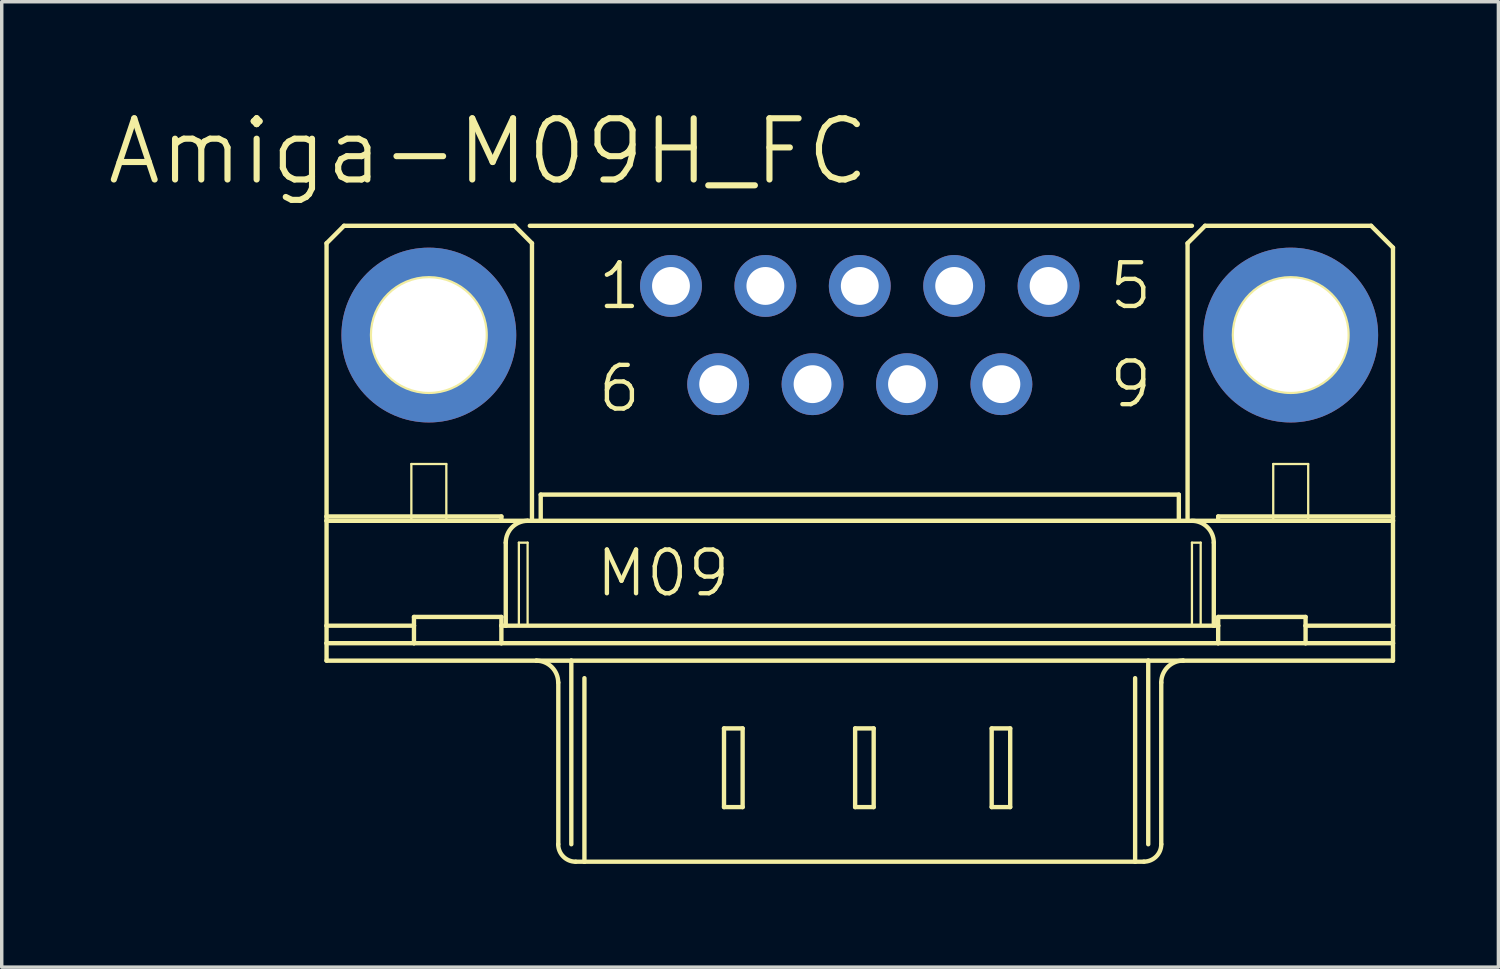
<source format=kicad_pcb>
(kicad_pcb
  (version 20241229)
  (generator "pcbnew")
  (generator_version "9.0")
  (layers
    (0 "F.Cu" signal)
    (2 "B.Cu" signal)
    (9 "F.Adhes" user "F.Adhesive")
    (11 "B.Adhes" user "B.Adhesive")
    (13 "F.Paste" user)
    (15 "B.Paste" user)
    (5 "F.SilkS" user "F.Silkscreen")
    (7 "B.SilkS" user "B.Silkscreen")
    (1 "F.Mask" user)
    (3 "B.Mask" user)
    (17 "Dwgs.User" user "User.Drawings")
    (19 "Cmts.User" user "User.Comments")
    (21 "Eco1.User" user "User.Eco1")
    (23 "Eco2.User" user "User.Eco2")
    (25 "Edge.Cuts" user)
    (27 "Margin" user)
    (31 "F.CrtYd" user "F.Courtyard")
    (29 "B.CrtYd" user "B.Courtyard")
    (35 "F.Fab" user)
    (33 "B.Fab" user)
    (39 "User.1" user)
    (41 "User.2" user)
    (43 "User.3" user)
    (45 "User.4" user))
  (footprint "Amiga-M09H_FC"
    (layer "F.Cu")
    (at 21.933 6.686)
    (property "Reference" "Amiga-M09H_FC" (at -10.795 -5.334 0) (layer "F.SilkS") (effects (font (size 1.778 1.778) (thickness 0.178))))
    (attr exclude_from_pos_files exclude_from_bom)
    (fp_line (start -15.494 -2.667) (end -15.494 5.271) (stroke (width 0.127) (type solid)) (layer "F.SilkS"))
    (fp_line (start -15.494 5.397) (end -15.494 5.271) (stroke (width 0.127) (type solid)) (layer "F.SilkS"))
    (fp_line (start -15.494 8.445) (end -15.494 5.397) (stroke (width 0.127) (type solid)) (layer "F.SilkS"))
    (fp_line (start -15.494 8.954) (end -15.494 8.445) (stroke (width 0.127) (type solid)) (layer "F.SilkS"))
    (fp_line (start -15.494 8.954) (end 15.494 8.954) (stroke (width 0.066) (type solid)) (layer "F.SilkS"))
    (fp_line (start -15.494 9.461) (end -15.494 8.954) (stroke (width 0.066) (type solid)) (layer "F.SilkS"))
    (fp_line (start -15.494 9.461) (end -15.494 8.954) (stroke (width 0.127) (type solid)) (layer "F.SilkS"))
    (fp_line (start -15.494 9.461) (end 15.494 9.461) (stroke (width 0.066) (type solid)) (layer "F.SilkS"))
    (fp_line (start -14.986 -3.175) (end -15.494 -2.667) (stroke (width 0.127) (type solid)) (layer "F.SilkS"))
    (fp_line (start -13.03 3.747) (end -12.014 3.747) (stroke (width 0.066) (type solid)) (layer "F.SilkS"))
    (fp_line (start -13.03 5.397) (end -13.03 3.747) (stroke (width 0.066) (type solid)) (layer "F.SilkS"))
    (fp_line (start -13.03 5.397) (end -12.014 5.397) (stroke (width 0.066) (type solid)) (layer "F.SilkS"))
    (fp_line (start -12.954 8.445) (end -15.494 8.445) (stroke (width 0.127) (type solid)) (layer "F.SilkS"))
    (fp_line (start -12.954 8.445) (end -12.954 8.191) (stroke (width 0.127) (type solid)) (layer "F.SilkS"))
    (fp_line (start -12.954 8.445) (end -12.954 8.954) (stroke (width 0.127) (type solid)) (layer "F.SilkS"))
    (fp_line (start -12.954 8.954) (end -15.494 8.954) (stroke (width 0.127) (type solid)) (layer "F.SilkS"))
    (fp_line (start -12.014 5.397) (end -12.014 3.747) (stroke (width 0.066) (type solid)) (layer "F.SilkS"))
    (fp_line (start -10.414 5.271) (end -15.494 5.271) (stroke (width 0.127) (type solid)) (layer "F.SilkS"))
    (fp_line (start -10.414 5.271) (end -10.414 5.397) (stroke (width 0.127) (type solid)) (layer "F.SilkS"))
    (fp_line (start -10.414 5.397) (end -15.494 5.397) (stroke (width 0.127) (type solid)) (layer "F.SilkS"))
    (fp_line (start -10.414 8.191) (end -12.954 8.191) (stroke (width 0.127) (type solid)) (layer "F.SilkS"))
    (fp_line (start -10.414 8.191) (end -10.414 8.445) (stroke (width 0.127) (type solid)) (layer "F.SilkS"))
    (fp_line (start -10.414 8.445) (end -10.414 8.954) (stroke (width 0.127) (type solid)) (layer "F.SilkS"))
    (fp_line (start -10.414 8.954) (end -12.954 8.954) (stroke (width 0.127) (type solid)) (layer "F.SilkS"))
    (fp_line (start -10.287 6.032) (end -10.287 8.445) (stroke (width 0.127) (type solid)) (layer "F.SilkS"))
    (fp_line (start -10.287 8.445) (end -10.414 8.445) (stroke (width 0.127) (type solid)) (layer "F.SilkS"))
    (fp_line (start -10.033 -3.175) (end -14.986 -3.175) (stroke (width 0.127) (type solid)) (layer "F.SilkS"))
    (fp_line (start -9.906 6.032) (end -9.652 6.032) (stroke (width 0.066) (type solid)) (layer "F.SilkS"))
    (fp_line (start -9.906 8.445) (end -9.906 6.032) (stroke (width 0.066) (type solid)) (layer "F.SilkS"))
    (fp_line (start -9.906 8.445) (end -9.652 8.445) (stroke (width 0.066) (type solid)) (layer "F.SilkS"))
    (fp_line (start -9.652 5.397) (end -10.414 5.397) (stroke (width 0.127) (type solid)) (layer "F.SilkS"))
    (fp_line (start -9.652 8.445) (end -9.652 6.032) (stroke (width 0.066) (type solid)) (layer "F.SilkS"))
    (fp_line (start -9.525 -2.667) (end -10.033 -3.175) (stroke (width 0.127) (type solid)) (layer "F.SilkS"))
    (fp_line (start -9.525 -2.667) (end -9.525 5.397) (stroke (width 0.127) (type solid)) (layer "F.SilkS"))
    (fp_line (start -9.525 5.397) (end -9.652 5.397) (stroke (width 0.127) (type solid)) (layer "F.SilkS"))
    (fp_line (start -9.398 9.461) (end -15.494 9.461) (stroke (width 0.127) (type solid)) (layer "F.SilkS"))
    (fp_line (start -9.271 4.636) (end 9.271 4.636) (stroke (width 0.066) (type solid)) (layer "F.SilkS"))
    (fp_line (start -9.271 5.397) (end -9.525 5.397) (stroke (width 0.127) (type solid)) (layer "F.SilkS"))
    (fp_line (start -9.271 5.397) (end -9.271 4.636) (stroke (width 0.066) (type solid)) (layer "F.SilkS"))
    (fp_line (start -9.271 5.397) (end -9.271 4.636) (stroke (width 0.127) (type solid)) (layer "F.SilkS"))
    (fp_line (start -9.271 5.397) (end 9.271 5.397) (stroke (width 0.066) (type solid)) (layer "F.SilkS"))
    (fp_line (start -8.76 10.097) (end -8.76 14.796) (stroke (width 0.127) (type solid)) (layer "F.SilkS"))
    (fp_line (start -8.382 9.461) (end -9.398 9.461) (stroke (width 0.127) (type solid)) (layer "F.SilkS"))
    (fp_line (start -8.382 9.461) (end -8.382 14.796) (stroke (width 0.127) (type solid)) (layer "F.SilkS"))
    (fp_line (start -8.001 9.97) (end -8.001 15.303) (stroke (width 0.127) (type solid)) (layer "F.SilkS"))
    (fp_line (start -8.001 15.303) (end -8.255 15.303) (stroke (width 0.127) (type solid)) (layer "F.SilkS"))
    (fp_line (start -3.945 11.43) (end -3.404 11.43) (stroke (width 0.127) (type solid)) (layer "F.SilkS"))
    (fp_line (start -3.945 13.716) (end -3.945 11.43) (stroke (width 0.127) (type solid)) (layer "F.SilkS"))
    (fp_line (start -3.404 11.43) (end -3.404 13.716) (stroke (width 0.127) (type solid)) (layer "F.SilkS"))
    (fp_line (start -3.404 13.716) (end -3.945 13.716) (stroke (width 0.127) (type solid)) (layer "F.SilkS"))
    (fp_line (start -0.135 11.43) (end 0.404 11.43) (stroke (width 0.127) (type solid)) (layer "F.SilkS"))
    (fp_line (start -0.135 13.716) (end -0.135 11.43) (stroke (width 0.127) (type solid)) (layer "F.SilkS"))
    (fp_line (start 0.404 11.43) (end 0.404 13.716) (stroke (width 0.127) (type solid)) (layer "F.SilkS"))
    (fp_line (start 0.404 13.716) (end -0.135 13.716) (stroke (width 0.127) (type solid)) (layer "F.SilkS"))
    (fp_line (start 3.833 11.43) (end 4.371 11.43) (stroke (width 0.127) (type solid)) (layer "F.SilkS"))
    (fp_line (start 3.833 13.716) (end 3.833 11.43) (stroke (width 0.127) (type solid)) (layer "F.SilkS"))
    (fp_line (start 4.371 11.43) (end 4.371 13.716) (stroke (width 0.127) (type solid)) (layer "F.SilkS"))
    (fp_line (start 4.371 13.716) (end 3.833 13.716) (stroke (width 0.127) (type solid)) (layer "F.SilkS"))
    (fp_line (start 8.001 9.97) (end 8.001 15.303) (stroke (width 0.127) (type solid)) (layer "F.SilkS"))
    (fp_line (start 8.001 15.303) (end -8.001 15.303) (stroke (width 0.127) (type solid)) (layer "F.SilkS"))
    (fp_line (start 8.255 15.303) (end 8.001 15.303) (stroke (width 0.127) (type solid)) (layer "F.SilkS"))
    (fp_line (start 8.382 9.461) (end -8.382 9.461) (stroke (width 0.127) (type solid)) (layer "F.SilkS"))
    (fp_line (start 8.382 9.461) (end 8.382 14.796) (stroke (width 0.127) (type solid)) (layer "F.SilkS"))
    (fp_line (start 8.76 10.097) (end 8.76 14.796) (stroke (width 0.127) (type solid)) (layer "F.SilkS"))
    (fp_line (start 9.271 4.636) (end -9.271 4.636) (stroke (width 0.127) (type solid)) (layer "F.SilkS"))
    (fp_line (start 9.271 5.397) (end -9.271 5.397) (stroke (width 0.127) (type solid)) (layer "F.SilkS"))
    (fp_line (start 9.271 5.397) (end 9.271 4.636) (stroke (width 0.066) (type solid)) (layer "F.SilkS"))
    (fp_line (start 9.271 5.397) (end 9.271 4.636) (stroke (width 0.127) (type solid)) (layer "F.SilkS"))
    (fp_line (start 9.398 9.461) (end 8.382 9.461) (stroke (width 0.127) (type solid)) (layer "F.SilkS"))
    (fp_line (start 9.525 -2.667) (end 9.525 5.397) (stroke (width 0.127) (type solid)) (layer "F.SilkS"))
    (fp_line (start 9.525 5.397) (end 9.271 5.397) (stroke (width 0.127) (type solid)) (layer "F.SilkS"))
    (fp_line (start 9.652 -3.175) (end -9.588 -3.175) (stroke (width 0.127) (type solid)) (layer "F.SilkS"))
    (fp_line (start 9.652 6.032) (end 9.906 6.032) (stroke (width 0.066) (type solid)) (layer "F.SilkS"))
    (fp_line (start 9.652 8.445) (end 9.652 6.032) (stroke (width 0.066) (type solid)) (layer "F.SilkS"))
    (fp_line (start 9.652 8.445) (end 9.906 8.445) (stroke (width 0.066) (type solid)) (layer "F.SilkS"))
    (fp_line (start 9.906 8.445) (end 9.906 6.032) (stroke (width 0.066) (type solid)) (layer "F.SilkS"))
    (fp_line (start 10.033 -3.175) (end 9.525 -2.667) (stroke (width 0.127) (type solid)) (layer "F.SilkS"))
    (fp_line (start 10.033 -3.175) (end 14.859 -3.175) (stroke (width 0.127) (type solid)) (layer "F.SilkS"))
    (fp_line (start 10.287 6.032) (end 10.287 8.445) (stroke (width 0.127) (type solid)) (layer "F.SilkS"))
    (fp_line (start 10.287 8.445) (end -10.287 8.445) (stroke (width 0.127) (type solid)) (layer "F.SilkS"))
    (fp_line (start 10.414 5.271) (end 10.414 5.397) (stroke (width 0.127) (type solid)) (layer "F.SilkS"))
    (fp_line (start 10.414 5.397) (end 9.525 5.397) (stroke (width 0.127) (type solid)) (layer "F.SilkS"))
    (fp_line (start 10.414 8.191) (end 10.414 8.445) (stroke (width 0.127) (type solid)) (layer "F.SilkS"))
    (fp_line (start 10.414 8.445) (end 10.287 8.445) (stroke (width 0.127) (type solid)) (layer "F.SilkS"))
    (fp_line (start 10.414 8.445) (end 10.414 8.954) (stroke (width 0.127) (type solid)) (layer "F.SilkS"))
    (fp_line (start 10.414 8.954) (end -10.414 8.954) (stroke (width 0.127) (type solid)) (layer "F.SilkS"))
    (fp_line (start 12.014 3.747) (end 13.03 3.747) (stroke (width 0.066) (type solid)) (layer "F.SilkS"))
    (fp_line (start 12.014 5.397) (end 12.014 3.747) (stroke (width 0.066) (type solid)) (layer "F.SilkS"))
    (fp_line (start 12.014 5.397) (end 13.03 5.397) (stroke (width 0.066) (type solid)) (layer "F.SilkS"))
    (fp_line (start 12.954 8.191) (end 10.414 8.191) (stroke (width 0.127) (type solid)) (layer "F.SilkS"))
    (fp_line (start 12.954 8.445) (end 12.954 8.191) (stroke (width 0.127) (type solid)) (layer "F.SilkS"))
    (fp_line (start 12.954 8.445) (end 12.954 8.954) (stroke (width 0.127) (type solid)) (layer "F.SilkS"))
    (fp_line (start 12.954 8.954) (end 10.414 8.954) (stroke (width 0.127) (type solid)) (layer "F.SilkS"))
    (fp_line (start 13.03 5.397) (end 13.03 3.747) (stroke (width 0.066) (type solid)) (layer "F.SilkS"))
    (fp_line (start 14.859 -3.175) (end 15.494 -2.54) (stroke (width 0.127) (type solid)) (layer "F.SilkS"))
    (fp_line (start 15.494 -2.54) (end 15.494 5.271) (stroke (width 0.127) (type solid)) (layer "F.SilkS"))
    (fp_line (start 15.494 5.271) (end 10.414 5.271) (stroke (width 0.127) (type solid)) (layer "F.SilkS"))
    (fp_line (start 15.494 5.397) (end 10.414 5.397) (stroke (width 0.127) (type solid)) (layer "F.SilkS"))
    (fp_line (start 15.494 5.397) (end 15.494 5.271) (stroke (width 0.127) (type solid)) (layer "F.SilkS"))
    (fp_line (start 15.494 5.397) (end 15.494 8.445) (stroke (width 0.127) (type solid)) (layer "F.SilkS"))
    (fp_line (start 15.494 8.445) (end 12.954 8.445) (stroke (width 0.127) (type solid)) (layer "F.SilkS"))
    (fp_line (start 15.494 8.445) (end 15.494 8.954) (stroke (width 0.127) (type solid)) (layer "F.SilkS"))
    (fp_line (start 15.494 8.954) (end 12.954 8.954) (stroke (width 0.127) (type solid)) (layer "F.SilkS"))
    (fp_line (start 15.494 8.954) (end 15.494 9.461) (stroke (width 0.127) (type solid)) (layer "F.SilkS"))
    (fp_line (start 15.494 9.461) (end 9.398 9.461) (stroke (width 0.127) (type solid)) (layer "F.SilkS"))
    (fp_line (start 15.494 9.461) (end 15.494 8.954) (stroke (width 0.066) (type solid)) (layer "F.SilkS"))
    (fp_arc (start -10.287 6.0325) (mid -10.101013 5.583487) (end -9.652 5.3975) (stroke (width 0.127) (type solid)) (layer "F.SilkS"))
    (fp_arc (start -9.398 9.4615) (mid -8.948987 9.647487) (end -8.763 10.0965) (stroke (width 0.127) (type solid)) (layer "F.SilkS"))
    (fp_arc (start -8.255 15.3035) (mid -8.61421 15.15471) (end -8.763 14.7955) (stroke (width 0.127) (type solid)) (layer "F.SilkS"))
    (fp_arc (start 8.76046 10.0965) (mid 8.947191 9.645691) (end 9.398 9.45896) (stroke (width 0.127) (type solid)) (layer "F.SilkS"))
    (fp_arc (start 8.76046 14.7955) (mid 8.612414 15.152914) (end 8.255 15.30096) (stroke (width 0.127) (type solid)) (layer "F.SilkS"))
    (fp_arc (start 9.652 5.3975) (mid 10.101013 5.583487) (end 10.287 6.0325) (stroke (width 0.127) (type solid)) (layer "F.SilkS"))
    (fp_circle (center -12.522 0) (end -12.522 -1.651) (stroke (width 0.127) (type solid)) (fill no) (layer "F.SilkS"))
    (fp_circle (center 12.522 0) (end 12.522 -1.651) (stroke (width 0.127) (type solid)) (fill no) (layer "F.SilkS"))
    (fp_text user "6" (at -6.985 1.554 0) (layer "F.SilkS") (effects (font (size 1.27 1.27) (thickness 0.127))))
    (fp_text user "9" (at 7.874 1.427 0) (layer "F.SilkS") (effects (font (size 1.27 1.27) (thickness 0.127))))
    (fp_text user "5" (at 7.874 -1.427 0) (layer "F.SilkS") (effects (font (size 1.27 1.27) (thickness 0.127))))
    (fp_text user "M09" (at -5.715 6.921 0) (layer "F.SilkS") (effects (font (size 1.27 1.27) (thickness 0.127))))
    (fp_text user "1" (at -6.985 -1.427 0) (layer "F.SilkS") (effects (font (size 1.27 1.27) (thickness 0.127))))
    (pad "1" thru_hole circle (at -5.486 -1.427) (size 1.798 1.798) (drill 1.1) (layers "*.Cu" "*.Paste" "*.Mask"))
    (pad "2" thru_hole circle (at -2.743 -1.427) (size 1.798 1.798) (drill 1.1) (layers "*.Cu" "*.Paste" "*.Mask"))
    (pad "3" thru_hole circle (at 0 -1.427) (size 1.798 1.798) (drill 1.1) (layers "*.Cu" "*.Paste" "*.Mask"))
    (pad "4" thru_hole circle (at 2.743 -1.427) (size 1.798 1.798) (drill 1.1) (layers "*.Cu" "*.Paste" "*.Mask"))
    (pad "5" thru_hole circle (at 5.486 -1.427) (size 1.798 1.798) (drill 1.1) (layers "*.Cu" "*.Paste" "*.Mask"))
    (pad "6" thru_hole circle (at -4.115 1.427) (size 1.798 1.798) (drill 1.1) (layers "*.Cu" "*.Paste" "*.Mask"))
    (pad "7" thru_hole circle (at -1.372 1.427) (size 1.798 1.798) (drill 1.1) (layers "*.Cu" "*.Paste" "*.Mask"))
    (pad "8" thru_hole circle (at 1.372 1.427) (size 1.798 1.798) (drill 1.1) (layers "*.Cu" "*.Paste" "*.Mask"))
    (pad "9" thru_hole circle (at 4.115 1.427) (size 1.798 1.798) (drill 1.1) (layers "*.Cu" "*.Paste" "*.Mask"))
    (pad "G1" thru_hole circle (at -12.522 0) (size 5.08 5.08) (drill 3.302) (layers "*.Cu" "*.Paste" "*.Mask"))
    (pad "G2" thru_hole circle (at 12.522 0) (size 5.08 5.08) (drill 3.302) (layers "*.Cu" "*.Paste" "*.Mask")))
  (gr_rect
    (start -3 -3)
    (end 40.49 25.053)
    (stroke (width 0.1) (type default))
    (fill no)
    (layer "Edge.Cuts")))
</source>
